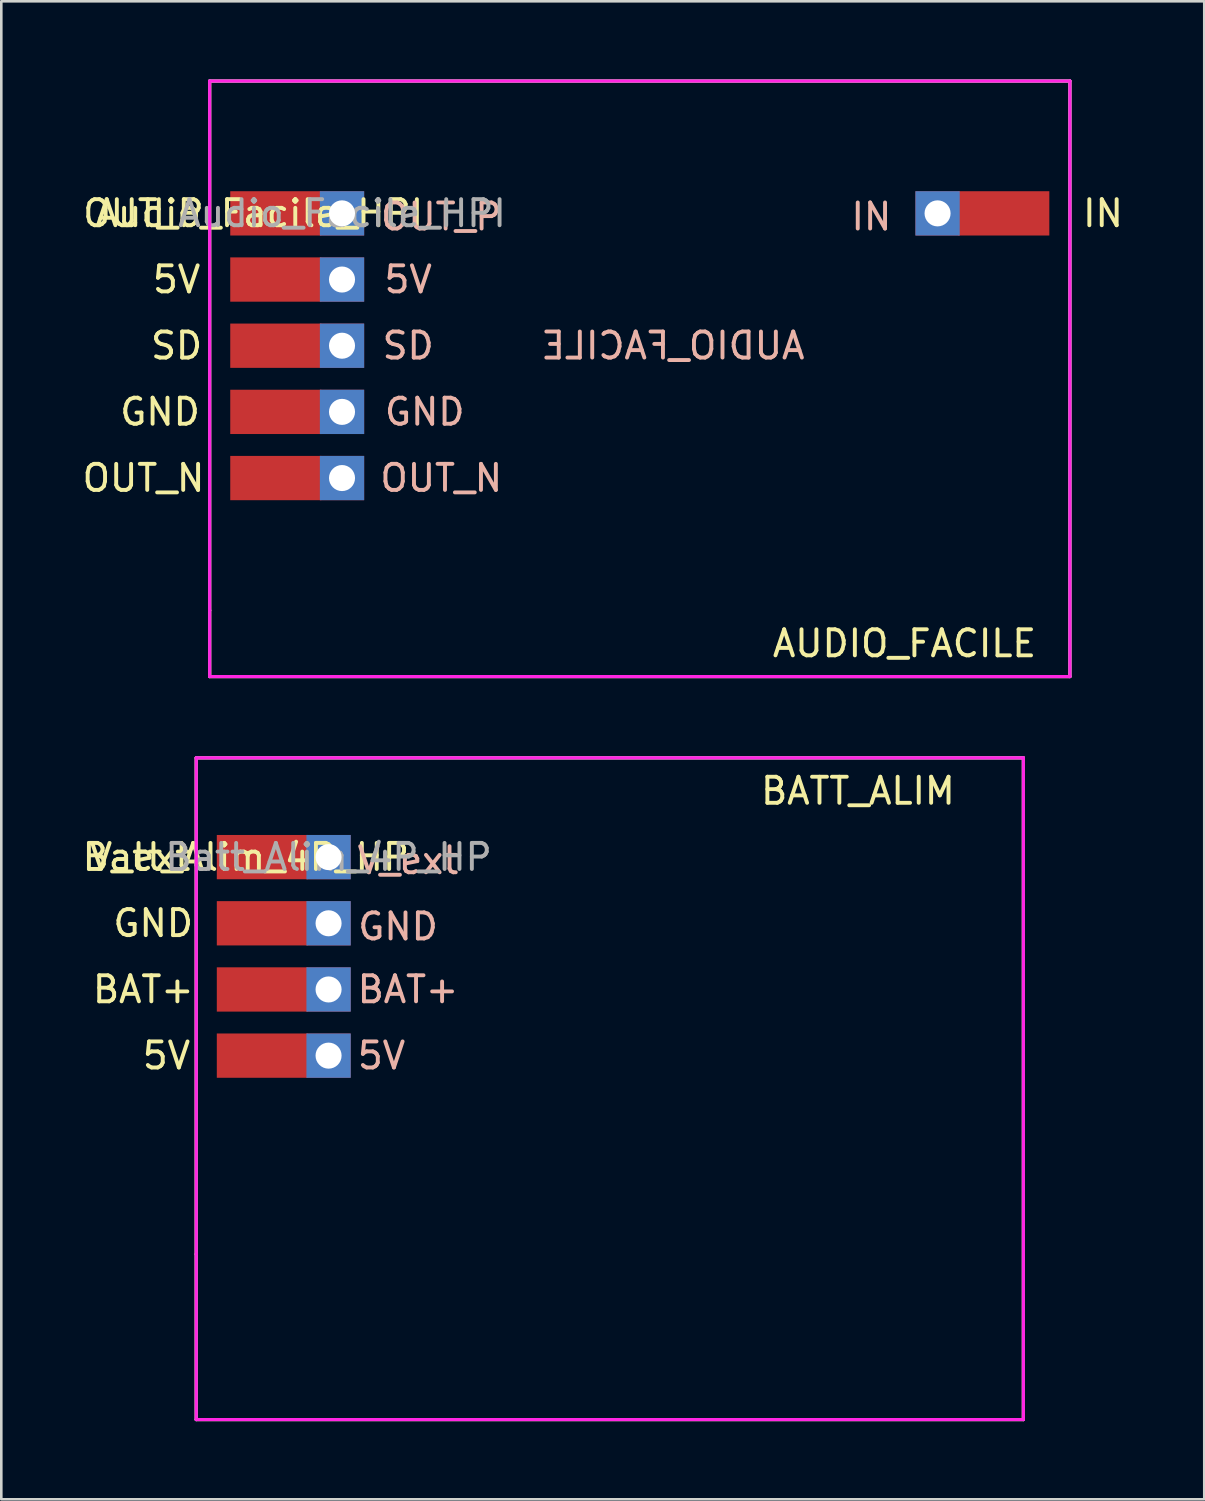
<source format=kicad_pcb>
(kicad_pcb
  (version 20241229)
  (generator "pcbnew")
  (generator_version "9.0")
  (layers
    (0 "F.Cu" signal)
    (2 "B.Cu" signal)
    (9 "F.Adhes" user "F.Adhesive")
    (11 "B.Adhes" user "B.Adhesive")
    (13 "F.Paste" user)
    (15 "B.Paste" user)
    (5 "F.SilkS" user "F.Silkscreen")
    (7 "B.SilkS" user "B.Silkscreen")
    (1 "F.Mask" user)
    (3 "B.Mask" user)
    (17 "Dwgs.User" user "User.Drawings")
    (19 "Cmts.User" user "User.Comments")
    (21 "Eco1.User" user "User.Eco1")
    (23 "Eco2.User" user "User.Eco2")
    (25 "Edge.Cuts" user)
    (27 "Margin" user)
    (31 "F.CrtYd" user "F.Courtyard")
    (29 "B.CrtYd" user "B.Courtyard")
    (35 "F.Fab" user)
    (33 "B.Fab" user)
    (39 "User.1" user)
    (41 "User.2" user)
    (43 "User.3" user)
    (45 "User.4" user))
  (footprint "Batt_Alim_4P_HP"
    (layer "F.Cu")
    (at 9.562 29.85)
    (property "Reference" "Batt_Alim_4P_HP" (at -3.175 0 0) (layer "F.SilkS") (effects (font (size 1 1) (thickness 0.15))))
    (attr through_hole)
    (fp_line (start -5.08 -3.81) (end 26.67 -3.81) (stroke (width 0.12) (type solid)) (layer "F.SilkS"))
    (fp_line (start -5.08 15.24) (end -5.08 -3.81) (stroke (width 0.12) (type solid)) (layer "F.SilkS"))
    (fp_line (start -5.08 21.59) (end -5.08 15.24) (stroke (width 0.12) (type solid)) (layer "F.SilkS"))
    (fp_line (start 26.67 -3.81) (end 26.67 21.59) (stroke (width 0.12) (type solid)) (layer "F.SilkS"))
    (fp_line (start 26.67 21.59) (end -5.08 21.59) (stroke (width 0.12) (type solid)) (layer "F.SilkS"))
    (fp_line (start -2.54 -1.27) (end -2.54 8.89) (stroke (width 0.12) (type solid)) (layer "Eco1.User"))
    (fp_line (start -2.54 8.89) (end -1.27 8.89) (stroke (width 0.12) (type solid)) (layer "Eco1.User"))
    (fp_line (start -1.27 -3.81) (end -1.27 -1.27) (stroke (width 0.12) (type solid)) (layer "Eco1.User"))
    (fp_line (start -1.27 -1.27) (end -2.54 -1.27) (stroke (width 0.12) (type solid)) (layer "Eco1.User"))
    (fp_line (start -1.27 8.89) (end -1.27 21.59) (stroke (width 0.12) (type solid)) (layer "Eco1.User"))
    (fp_line (start -1.27 21.59) (end 26.67 21.59) (stroke (width 0.12) (type solid)) (layer "Eco1.User"))
    (fp_line (start 26.67 -3.81) (end -1.27 -3.81) (stroke (width 0.12) (type solid)) (layer "Eco1.User"))
    (fp_line (start 26.67 21.59) (end 26.67 -3.81) (stroke (width 0.12) (type solid)) (layer "Eco1.User"))
    (fp_line (start -5.08 -3.81) (end -5.08 15.24) (stroke (width 0.12) (type solid)) (layer "F.CrtYd"))
    (fp_line (start -5.08 21.59) (end -5.08 15.24) (stroke (width 0.12) (type solid)) (layer "F.CrtYd"))
    (fp_line (start 26.67 -3.81) (end -5.08 -3.81) (stroke (width 0.12) (type solid)) (layer "F.CrtYd"))
    (fp_line (start 26.67 -3.81) (end 26.67 21.59) (stroke (width 0.12) (type solid)) (layer "F.CrtYd"))
    (fp_line (start 26.67 21.59) (end -5.08 21.59) (stroke (width 0.12) (type solid)) (layer "F.CrtYd"))
    (fp_line (start -5.08 -3.81) (end 26.67 -3.81) (stroke (width 0.12) (type solid)) (layer "F.Fab"))
    (fp_line (start -5.08 15.24) (end -5.08 -3.81) (stroke (width 0.12) (type solid)) (layer "F.Fab"))
    (fp_line (start -5.08 15.24) (end -5.08 21.59) (stroke (width 0.12) (type solid)) (layer "F.Fab"))
    (fp_line (start -5.08 21.59) (end 26.67 21.59) (stroke (width 0.12) (type solid)) (layer "F.Fab"))
    (fp_line (start 26.67 21.59) (end 26.67 -3.81) (stroke (width 0.12) (type solid)) (layer "F.Fab"))
    (fp_text user "GND" (at -6.731 2.54 0) (layer "F.SilkS") (effects (font (size 1 1) (thickness 0.15))))
    (fp_text user "5V" (at -6.223 7.62 0) (layer "F.SilkS") (effects (font (size 1 1) (thickness 0.15))))
    (fp_text user "BATT_ALIM" (at 20.32 -2.54 0) (layer "F.SilkS") (effects (font (size 1 1) (thickness 0.15))))
    (fp_text user "V_ext" (at -7.239 0 0) (layer "F.SilkS") (effects (font (size 1 1) (thickness 0.15))))
    (fp_text user "BAT+" (at -7.112 5.08 0) (layer "F.SilkS") (effects (font (size 1 1) (thickness 0.15))))
    (fp_text user "GND" (at 2.667 2.667 0) (layer "B.SilkS") (effects (font (size 1 1) (thickness 0.15))))
    (fp_text user "BAT+" (at 3.048 5.08 0) (layer "B.SilkS") (effects (font (size 1 1) (thickness 0.15))))
    (fp_text user "5V" (at 2.032 7.62 0) (layer "B.SilkS") (effects (font (size 1 1) (thickness 0.15))))
    (fp_text user "V_ext" (at 3.048 0.127 0) (layer "B.SilkS") (effects (font (size 1 1) (thickness 0.15))))
    (fp_text user "${REFERENCE}" (at 0 0 180) (layer "F.Fab") (effects (font (size 1 1) (thickness 0.15))))
    (pad "1" smd rect (at -2.54 0 180) (size 3.5 1.7) (layers "F.Cu" "F.Mask" "F.Paste"))
    (pad "1" thru_hole rect (at 0 0) (size 1.7 1.7) (drill 1) (layers "*.Cu" "*.Mask"))
    (pad "2" smd rect (at -2.54 2.54 180) (size 3.5 1.7) (layers "F.Cu" "F.Mask" "F.Paste"))
    (pad "2" thru_hole rect (at 0 2.54) (size 1.7 1.7) (drill 1) (layers "*.Cu" "*.Mask"))
    (pad "3" smd rect (at -2.54 5.08 180) (size 3.5 1.7) (layers "F.Cu" "F.Mask" "F.Paste"))
    (pad "3" thru_hole rect (at 0 5.08) (size 1.7 1.7) (drill 1) (layers "*.Cu" "*.Mask"))
    (pad "4" smd rect (at -2.54 7.62 180) (size 3.5 1.7) (layers "F.Cu" "F.Mask" "F.Paste"))
    (pad "4" thru_hole rect (at 0 7.62) (size 1.7 1.7) (drill 1) (layers "*.Cu" "*.Mask")))
  (footprint "Audio_Facile_HPI"
    (layer "F.Cu")
    (at 10.078 5.14)
    (property "Reference" "Audio_Facile_HPI" (at -3.175 0 0) (layer "F.SilkS") (effects (font (size 1 1) (thickness 0.15))))
    (attr through_hole)
    (fp_line (start -5.08 -5.08) (end 27.94 -5.08) (stroke (width 0.12) (type solid)) (layer "F.SilkS"))
    (fp_line (start -5.08 15.24) (end -5.08 -5.08) (stroke (width 0.12) (type solid)) (layer "F.SilkS"))
    (fp_line (start -5.08 17.78) (end -5.08 15.24) (stroke (width 0.12) (type solid)) (layer "F.SilkS"))
    (fp_line (start 27.94 -5.08) (end 27.94 17.78) (stroke (width 0.12) (type solid)) (layer "F.SilkS"))
    (fp_line (start 27.94 17.78) (end -5.08 17.78) (stroke (width 0.12) (type solid)) (layer "F.SilkS"))
    (fp_line (start -2.54 -1.27) (end -2.54 11.43) (stroke (width 0.12) (type solid)) (layer "Eco1.User"))
    (fp_line (start -2.54 11.43) (end -1.27 11.43) (stroke (width 0.12) (type solid)) (layer "Eco1.User"))
    (fp_line (start -1.27 -3.81) (end -1.27 -1.27) (stroke (width 0.12) (type solid)) (layer "Eco1.User"))
    (fp_line (start -1.27 -1.27) (end -2.54 -1.27) (stroke (width 0.12) (type solid)) (layer "Eco1.User"))
    (fp_line (start -1.27 11.43) (end -1.27 16.51) (stroke (width 0.12) (type solid)) (layer "Eco1.User"))
    (fp_line (start -1.27 16.51) (end 24.13 16.51) (stroke (width 0.12) (type solid)) (layer "Eco1.User"))
    (fp_line (start 24.13 -3.81) (end -1.27 -3.81) (stroke (width 0.12) (type solid)) (layer "Eco1.User"))
    (fp_line (start 24.13 -3.81) (end 24.13 -1.27) (stroke (width 0.12) (type solid)) (layer "Eco1.User"))
    (fp_line (start 24.13 16.51) (end 24.13 1.27) (stroke (width 0.12) (type solid)) (layer "Eco1.User"))
    (fp_line (start 25.4 -1.27) (end 24.13 -1.27) (stroke (width 0.12) (type solid)) (layer "Eco1.User"))
    (fp_line (start 25.4 -1.27) (end 25.4 1.27) (stroke (width 0.12) (type solid)) (layer "Eco1.User"))
    (fp_line (start 25.4 1.27) (end 24.13 1.27) (stroke (width 0.12) (type solid)) (layer "Eco1.User"))
    (fp_line (start -5.08 -5.08) (end -5.08 15.24) (stroke (width 0.12) (type solid)) (layer "F.CrtYd"))
    (fp_line (start -5.08 17.78) (end -5.08 15.24) (stroke (width 0.12) (type solid)) (layer "F.CrtYd"))
    (fp_line (start 27.94 -5.08) (end -5.08 -5.08) (stroke (width 0.12) (type solid)) (layer "F.CrtYd"))
    (fp_line (start 27.94 -5.08) (end 27.94 17.78) (stroke (width 0.12) (type solid)) (layer "F.CrtYd"))
    (fp_line (start 27.94 17.78) (end -5.08 17.78) (stroke (width 0.12) (type solid)) (layer "F.CrtYd"))
    (fp_line (start -5.08 -5.08) (end 27.94 -5.08) (stroke (width 0.12) (type solid)) (layer "F.Fab"))
    (fp_line (start -5.08 15.24) (end -5.08 -5.08) (stroke (width 0.12) (type solid)) (layer "F.Fab"))
    (fp_line (start -5.08 15.24) (end -5.08 17.78) (stroke (width 0.12) (type solid)) (layer "F.Fab"))
    (fp_line (start -5.08 17.78) (end 27.94 17.78) (stroke (width 0.12) (type solid)) (layer "F.Fab"))
    (fp_line (start 27.94 17.78) (end 27.94 -5.08) (stroke (width 0.12) (type solid)) (layer "F.Fab"))
    (fp_text user "SD" (at -6.35 5.08 0) (layer "F.SilkS") (effects (font (size 1 1) (thickness 0.15))))
    (fp_text user "AUDIO_FACILE" (at 21.59 16.51 0) (layer "F.SilkS") (effects (font (size 1 1) (thickness 0.15))))
    (fp_text user "GND" (at -6.985 7.62 0) (layer "F.SilkS") (effects (font (size 1 1) (thickness 0.15))))
    (fp_text user "OUT_P" (at -7.62 0 0) (layer "F.SilkS") (effects (font (size 1 1) (thickness 0.15))))
    (fp_text user "OUT_N" (at -7.62 10.16 0) (layer "F.SilkS") (effects (font (size 1 1) (thickness 0.15))))
    (fp_text user "5V" (at -6.35 2.54 0) (layer "F.SilkS") (effects (font (size 1 1) (thickness 0.15))))
    (fp_text user "IN" (at 29.21 0 0) (layer "F.SilkS") (effects (font (size 1 1) (thickness 0.15))))
    (fp_text user "OUT_P" (at 3.81 0.127 0) (layer "B.SilkS") (effects (font (size 1 1) (thickness 0.15))))
    (fp_text user "AUDIO_FACILE" (at 12.7 5.08 0) (layer "B.SilkS") (effects (font (size 1 1) (thickness 0.15)) (justify mirror)))
    (fp_text user "IN" (at 20.32 0.127 0) (layer "B.SilkS") (effects (font (size 1 1) (thickness 0.15))))
    (fp_text user "GND" (at 3.175 7.62 0) (layer "B.SilkS") (effects (font (size 1 1) (thickness 0.15))))
    (fp_text user "OUT_N" (at 3.81 10.16 0) (layer "B.SilkS") (effects (font (size 1 1) (thickness 0.15))))
    (fp_text user "SD" (at 2.54 5.08 0) (layer "B.SilkS") (effects (font (size 1 1) (thickness 0.15))))
    (fp_text user "5V" (at 2.54 2.54 0) (layer "B.SilkS") (effects (font (size 1 1) (thickness 0.15))))
    (fp_text user "${REFERENCE}" (at 0 0 180) (layer "F.Fab") (effects (font (size 1 1) (thickness 0.15))))
    (pad "1" smd rect (at -2.54 0 180) (size 3.5 1.7) (layers "F.Cu" "F.Mask" "F.Paste"))
    (pad "1" thru_hole rect (at 0 0) (size 1.7 1.7) (drill 1) (layers "*.Cu" "*.Mask"))
    (pad "2" smd rect (at -2.54 2.54 180) (size 3.5 1.7) (layers "F.Cu" "F.Mask" "F.Paste"))
    (pad "2" thru_hole rect (at 0 2.54) (size 1.7 1.7) (drill 1) (layers "*.Cu" "*.Mask"))
    (pad "3" smd rect (at -2.54 5.08 180) (size 3.5 1.7) (layers "F.Cu" "F.Mask" "F.Paste"))
    (pad "3" thru_hole rect (at 0 5.08) (size 1.7 1.7) (drill 1) (layers "*.Cu" "*.Mask"))
    (pad "4" smd rect (at -2.54 7.62 180) (size 3.5 1.7) (layers "F.Cu" "F.Mask" "F.Paste"))
    (pad "4" thru_hole rect (at 0 7.62) (size 1.7 1.7) (drill 1) (layers "*.Cu" "*.Mask"))
    (pad "5" smd rect (at -2.54 10.16 180) (size 3.5 1.7) (layers "F.Cu" "F.Mask" "F.Paste"))
    (pad "5" thru_hole rect (at 0 10.16) (size 1.7 1.7) (drill 1) (layers "*.Cu" "*.Mask"))
    (pad "6" thru_hole rect (at 22.86 0) (size 1.7 1.7) (drill 1) (layers "*.Cu" "*.Mask"))
    (pad "6" smd rect (at 25.4 0 180) (size 3.5 1.7) (layers "F.Cu" "F.Mask" "F.Paste")))
  (gr_rect
    (start -3 -3)
    (end 43.175 54.5)
    (stroke (width 0.1) (type default))
    (fill no)
    (layer "Edge.Cuts")))
</source>
